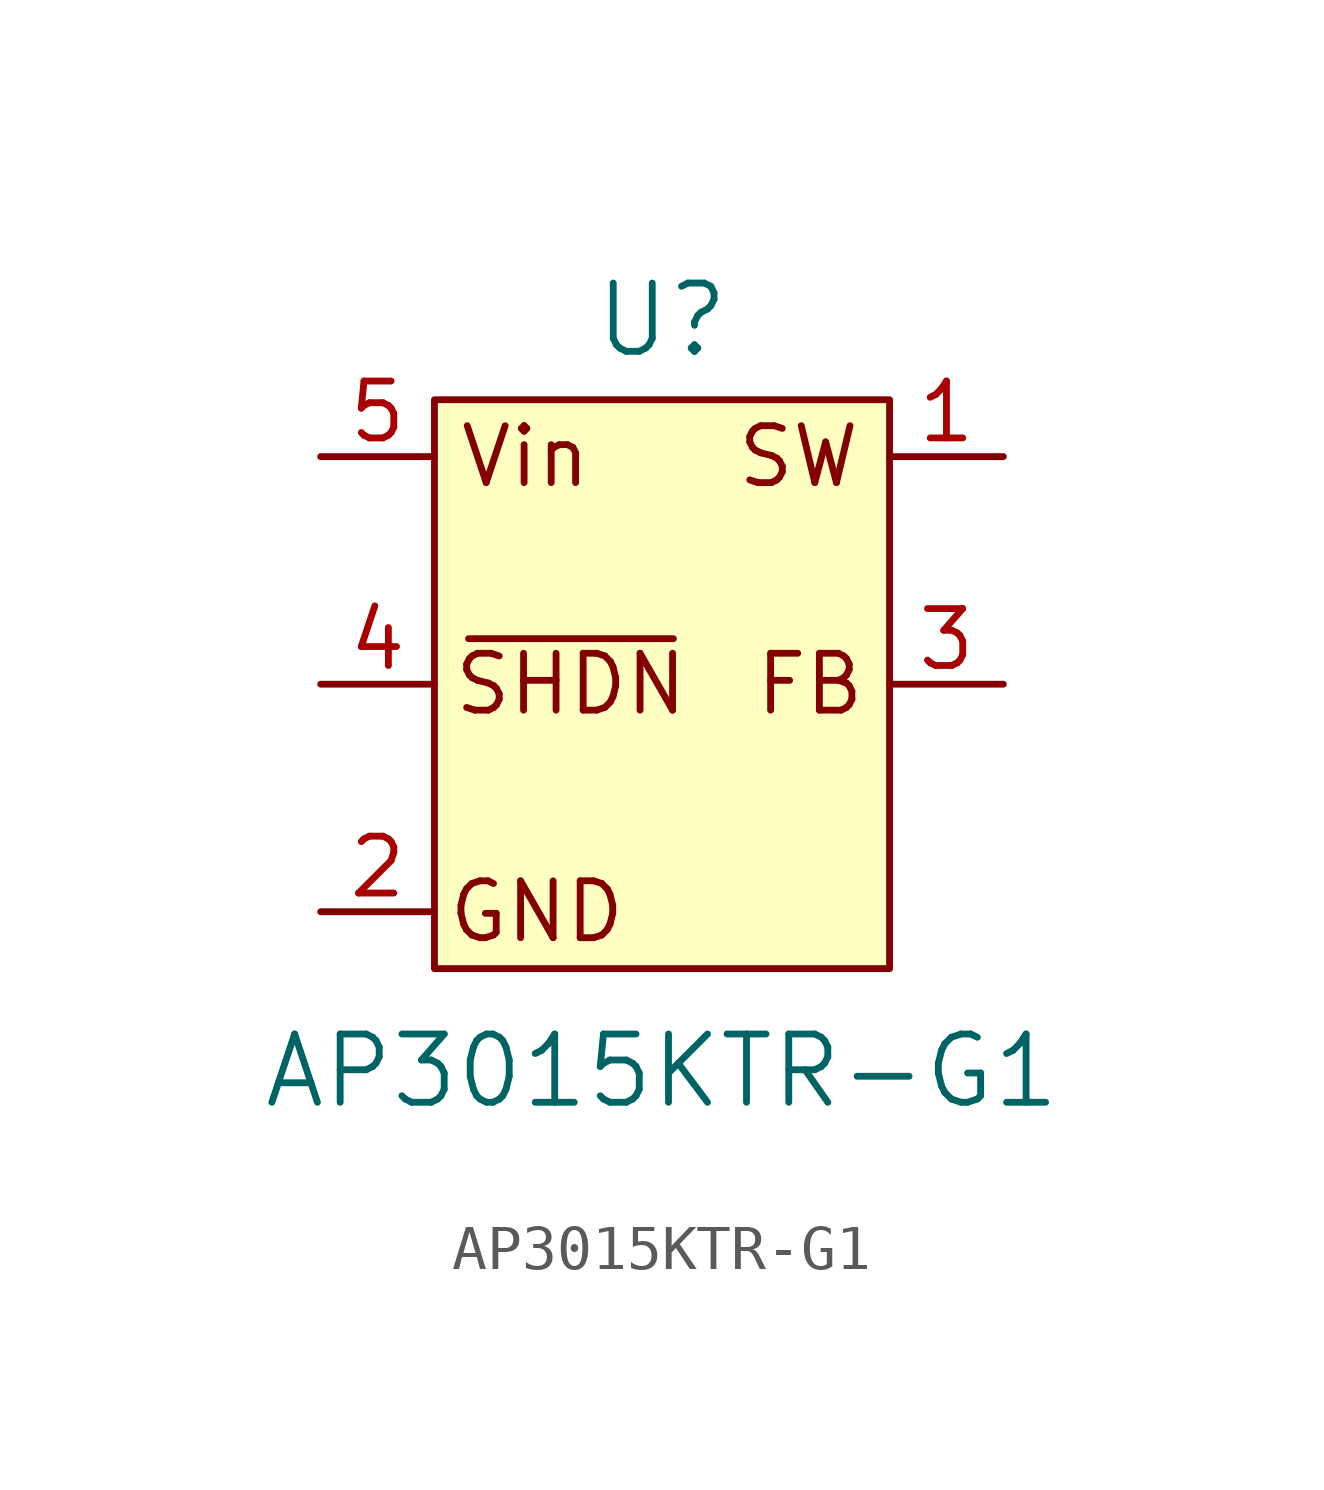
<source format=kicad_sym>
(kicad_symbol_lib
  (version 20241209)
  (generator "kicad_symbol_editor")
  (generator_version "9.0")
  (symbol "AP3015KTR-G1"
    (pin_names
      (offset 0)
      (hide yes))
    (property "Reference" "U"
      (at 0 8.128 0)
      (effects (font (size 1.524 1.524))))
    (property "Value" "AP3015KTR-G1"
      (at 0 -8.636 0)
      (effects (font (size 1.524 1.524))))
    (symbol "AP3015KTR-G1_0_0"
      (rectangle (start -5.08 6.35) (end 5.08 -6.35) (stroke (width 0) (type default)) (fill (type background)))
      (polyline (pts (xy -4.318 1.016) (xy 0.254 1.016)) (stroke (width 0) (type default)) (fill (type none)))
      (text "Vin" (at -3.048 5.08 0) (effects (font (size 1.27 1.27))))
      (text "GND" (at -2.794 -5.08 0) (effects (font (size 1.27 1.27))))
      (text "SHDN" (at -2.032 0 0) (effects (font (size 1.27 1.27))))
      (text "SW" (at 3.048 5.08 0) (effects (font (size 1.27 1.27))))
      (text "FB" (at 3.302 0 0) (effects (font (size 1.27 1.27)))))
    (symbol "AP3015KTR-G1_1_1"
      (pin input line (at -7.62 5.08 0) (length 2.54) (name "Vin" (effects (font (size 1.27 1.27)))) (number "5" (effects (font (size 1.27 1.27)))))
      (pin input line (at -7.62 0 0) (length 2.54) (name "SHDN" (effects (font (size 1.27 1.27)))) (number "4" (effects (font (size 1.27 1.27)))))
      (pin input line (at -7.62 -5.08 0) (length 2.54) (name "GND" (effects (font (size 1.27 1.27)))) (number "2" (effects (font (size 1.27 1.27)))))
      (pin input line (at 7.62 5.08 180) (length 2.54) (name "SW" (effects (font (size 1.27 1.27)))) (number "1" (effects (font (size 1.27 1.27)))))
      (pin input line (at 7.62 0 180) (length 2.54) (name "FB" (effects (font (size 1.27 1.27)))) (number "3" (effects (font (size 1.27 1.27))))))))
</source>
